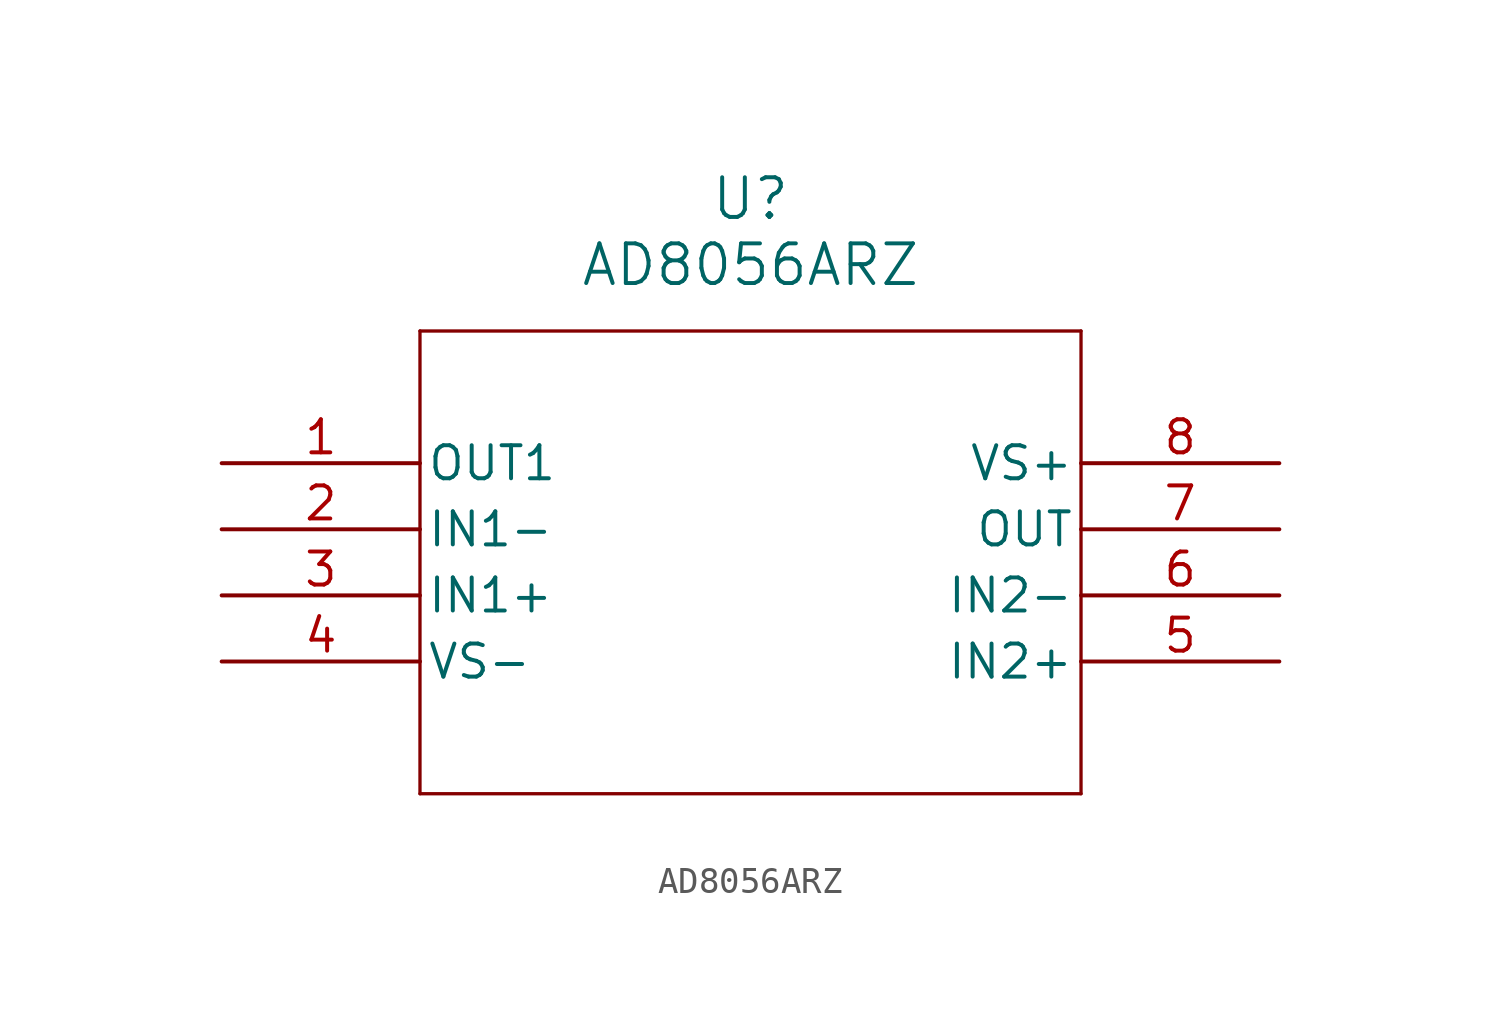
<source format=kicad_sym>
(kicad_symbol_lib
  (version 20211014)
  (generator kicad_symbol_editor)
  (symbol "AD8056ARZ"
    (pin_names
      (offset 0.254))
    (property "Reference" "U"
      (at 20.32 10.16 0)
      (effects (font (size 1.524 1.524))))
    (property "Value" "AD8056ARZ"
      (at 20.32 7.62 0)
      (effects (font (size 1.524 1.524))))
    (polyline
      (pts (xy 7.62 5.08) (xy 7.62 -12.7))
      (stroke (width 0.127) (type default) (color 0 0 0 0))
      (fill (type none)))
    (polyline
      (pts (xy 7.62 -12.7) (xy 33.02 -12.7))
      (stroke (width 0.127) (type default) (color 0 0 0 0))
      (fill (type none)))
    (polyline
      (pts (xy 33.02 -12.7) (xy 33.02 5.08))
      (stroke (width 0.127) (type default) (color 0 0 0 0))
      (fill (type none)))
    (polyline
      (pts (xy 33.02 5.08) (xy 7.62 5.08))
      (stroke (width 0.127) (type default) (color 0 0 0 0))
      (fill (type none)))
    (pin unspecified line
      (at 0 0 0)
      (length 7.62)
      (name "OUT1" (effects (font (size 1.27 1.27))))
      (number "1" (effects (font (size 1.27 1.27)))))
    (pin unspecified line
      (at 0 -2.54 0)
      (length 7.62)
      (name "IN1-" (effects (font (size 1.27 1.27))))
      (number "2" (effects (font (size 1.27 1.27)))))
    (pin unspecified line
      (at 0 -5.08 0)
      (length 7.62)
      (name "IN1+" (effects (font (size 1.27 1.27))))
      (number "3" (effects (font (size 1.27 1.27)))))
    (pin power_in line
      (at 0 -7.62 0)
      (length 7.62)
      (name "VS-" (effects (font (size 1.27 1.27))))
      (number "4" (effects (font (size 1.27 1.27)))))
    (pin unspecified line
      (at 40.64 -7.62 180)
      (length 7.62)
      (name "IN2+" (effects (font (size 1.27 1.27))))
      (number "5" (effects (font (size 1.27 1.27)))))
    (pin unspecified line
      (at 40.64 -5.08 180)
      (length 7.62)
      (name "IN2-" (effects (font (size 1.27 1.27))))
      (number "6" (effects (font (size 1.27 1.27)))))
    (pin unspecified line
      (at 40.64 -2.54 180)
      (length 7.62)
      (name "OUT" (effects (font (size 1.27 1.27))))
      (number "7" (effects (font (size 1.27 1.27)))))
    (pin power_in line
      (at 40.64 0 180)
      (length 7.62)
      (name "VS+" (effects (font (size 1.27 1.27))))
      (number "8" (effects (font (size 1.27 1.27)))))))
</source>
